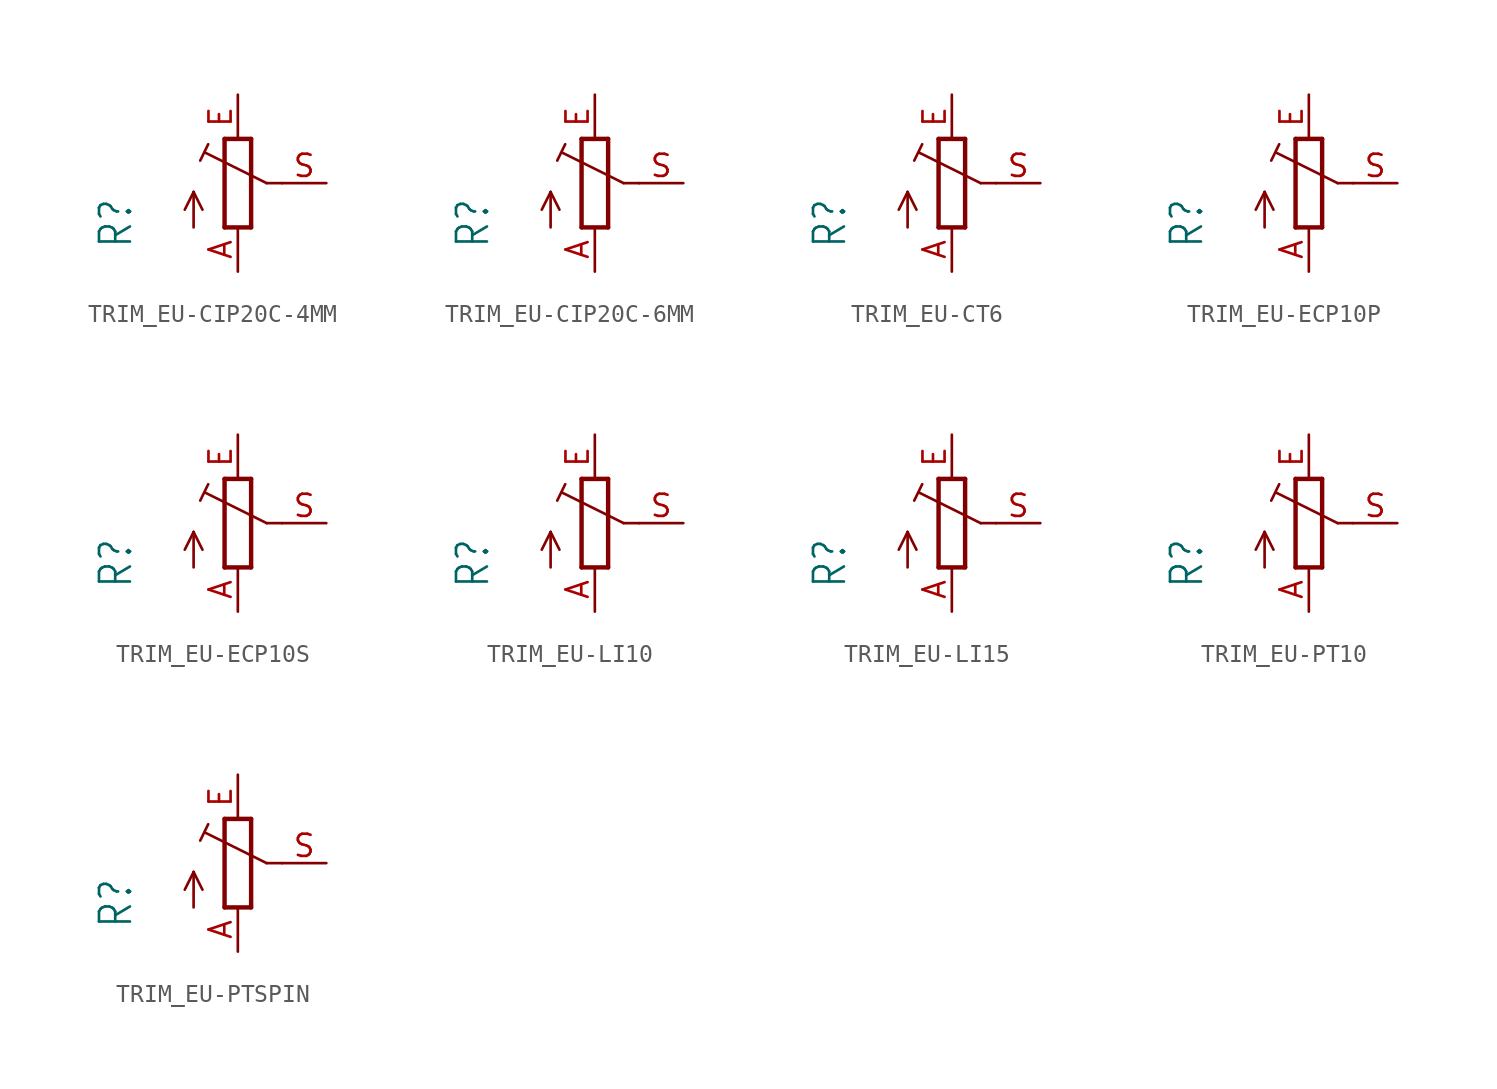
<source format=kicad_sym>
(kicad_symbol_lib
  (version 20231120)
  (generator "kicad_symbol_editor")
  (generator_version "8.0")
  (symbol "TRIM_EU-CIP20C-4MM"
    (property "Reference" "R"
      (at -5.969 -3.81 90)
      (effects (font (size 1.778 1.511)) (justify left bottom)))
    (property "Value" ""
      (at -3.81 -3.81 90)
      (effects (font (size 1.778 1.511)) (justify left bottom)))
    (property "ki_locked" ""
      (at 0 0 0)
      (effects (font (size 1.27 1.27))))
    (symbol "TRIM_EU-CIP20C-4MM_1_0"
      (polyline (pts (xy -2.54 -2.54) (xy -2.54 -0.508)) (stroke (width 0.152) (type solid)) (fill (type none)))
      (polyline (pts (xy -2.54 -0.508) (xy -3.048 -1.524)) (stroke (width 0.152) (type solid)) (fill (type none)))
      (polyline (pts (xy -2.54 -0.508) (xy -2.032 -1.524)) (stroke (width 0.152) (type solid)) (fill (type none)))
      (polyline (pts (xy -2.16 1.294) (xy -1.702 2.235)) (stroke (width 0.152) (type solid)) (fill (type none)))
      (polyline (pts (xy -0.762 -2.54) (xy 0.762 -2.54)) (stroke (width 0.254) (type solid)) (fill (type none)))
      (polyline (pts (xy -0.762 2.54) (xy -0.762 -2.54)) (stroke (width 0.254) (type solid)) (fill (type none)))
      (polyline (pts (xy 0.762 -2.54) (xy 0.762 2.54)) (stroke (width 0.254) (type solid)) (fill (type none)))
      (polyline (pts (xy 0.762 2.54) (xy -0.762 2.54)) (stroke (width 0.254) (type solid)) (fill (type none)))
      (polyline (pts (xy 1.651 0) (xy -1.88 1.753)) (stroke (width 0.152) (type solid)) (fill (type none)))
      (polyline (pts (xy 2.54 0) (xy 1.651 0)) (stroke (width 0.152) (type solid)) (fill (type none)))
      (pin passive line (at 0 -5.08 90) (length 2.54) (name "A" (effects (font (size 0 0)))) (number "A" (effects (font (size 1.27 1.27)))))
      (pin passive line (at 0 5.08 270) (length 2.54) (name "E" (effects (font (size 0 0)))) (number "E" (effects (font (size 1.27 1.27)))))
      (pin passive line (at 5.08 0 180) (length 2.54) (name "S" (effects (font (size 0 0)))) (number "S" (effects (font (size 1.27 1.27)))))))
  (symbol "TRIM_EU-CIP20C-6MM"
    (property "Reference" "R"
      (at -5.969 -3.81 90)
      (effects (font (size 1.778 1.511)) (justify left bottom)))
    (property "Value" ""
      (at -3.81 -3.81 90)
      (effects (font (size 1.778 1.511)) (justify left bottom)))
    (property "ki_locked" ""
      (at 0 0 0)
      (effects (font (size 1.27 1.27))))
    (symbol "TRIM_EU-CIP20C-6MM_1_0"
      (polyline (pts (xy -2.54 -2.54) (xy -2.54 -0.508)) (stroke (width 0.152) (type solid)) (fill (type none)))
      (polyline (pts (xy -2.54 -0.508) (xy -3.048 -1.524)) (stroke (width 0.152) (type solid)) (fill (type none)))
      (polyline (pts (xy -2.54 -0.508) (xy -2.032 -1.524)) (stroke (width 0.152) (type solid)) (fill (type none)))
      (polyline (pts (xy -2.16 1.294) (xy -1.702 2.235)) (stroke (width 0.152) (type solid)) (fill (type none)))
      (polyline (pts (xy -0.762 -2.54) (xy 0.762 -2.54)) (stroke (width 0.254) (type solid)) (fill (type none)))
      (polyline (pts (xy -0.762 2.54) (xy -0.762 -2.54)) (stroke (width 0.254) (type solid)) (fill (type none)))
      (polyline (pts (xy 0.762 -2.54) (xy 0.762 2.54)) (stroke (width 0.254) (type solid)) (fill (type none)))
      (polyline (pts (xy 0.762 2.54) (xy -0.762 2.54)) (stroke (width 0.254) (type solid)) (fill (type none)))
      (polyline (pts (xy 1.651 0) (xy -1.88 1.753)) (stroke (width 0.152) (type solid)) (fill (type none)))
      (polyline (pts (xy 2.54 0) (xy 1.651 0)) (stroke (width 0.152) (type solid)) (fill (type none)))
      (pin passive line (at 0 -5.08 90) (length 2.54) (name "A" (effects (font (size 0 0)))) (number "A" (effects (font (size 1.27 1.27)))))
      (pin passive line (at 0 5.08 270) (length 2.54) (name "E" (effects (font (size 0 0)))) (number "E" (effects (font (size 1.27 1.27)))))
      (pin passive line (at 5.08 0 180) (length 2.54) (name "S" (effects (font (size 0 0)))) (number "S" (effects (font (size 1.27 1.27)))))))
  (symbol "TRIM_EU-CT6"
    (property "Reference" "R"
      (at -5.969 -3.81 90)
      (effects (font (size 1.778 1.511)) (justify left bottom)))
    (property "Value" ""
      (at -3.81 -3.81 90)
      (effects (font (size 1.778 1.511)) (justify left bottom)))
    (property "ki_locked" ""
      (at 0 0 0)
      (effects (font (size 1.27 1.27))))
    (symbol "TRIM_EU-CT6_1_0"
      (polyline (pts (xy -2.54 -2.54) (xy -2.54 -0.508)) (stroke (width 0.152) (type solid)) (fill (type none)))
      (polyline (pts (xy -2.54 -0.508) (xy -3.048 -1.524)) (stroke (width 0.152) (type solid)) (fill (type none)))
      (polyline (pts (xy -2.54 -0.508) (xy -2.032 -1.524)) (stroke (width 0.152) (type solid)) (fill (type none)))
      (polyline (pts (xy -2.16 1.294) (xy -1.702 2.235)) (stroke (width 0.152) (type solid)) (fill (type none)))
      (polyline (pts (xy -0.762 -2.54) (xy 0.762 -2.54)) (stroke (width 0.254) (type solid)) (fill (type none)))
      (polyline (pts (xy -0.762 2.54) (xy -0.762 -2.54)) (stroke (width 0.254) (type solid)) (fill (type none)))
      (polyline (pts (xy 0.762 -2.54) (xy 0.762 2.54)) (stroke (width 0.254) (type solid)) (fill (type none)))
      (polyline (pts (xy 0.762 2.54) (xy -0.762 2.54)) (stroke (width 0.254) (type solid)) (fill (type none)))
      (polyline (pts (xy 1.651 0) (xy -1.88 1.753)) (stroke (width 0.152) (type solid)) (fill (type none)))
      (polyline (pts (xy 2.54 0) (xy 1.651 0)) (stroke (width 0.152) (type solid)) (fill (type none)))
      (pin passive line (at 0 -5.08 90) (length 2.54) (name "A" (effects (font (size 0 0)))) (number "A" (effects (font (size 1.27 1.27)))))
      (pin passive line (at 0 5.08 270) (length 2.54) (name "E" (effects (font (size 0 0)))) (number "E" (effects (font (size 1.27 1.27)))))
      (pin passive line (at 5.08 0 180) (length 2.54) (name "S" (effects (font (size 0 0)))) (number "S" (effects (font (size 1.27 1.27)))))))
  (symbol "TRIM_EU-ECP10P"
    (property "Reference" "R"
      (at -5.969 -3.81 90)
      (effects (font (size 1.778 1.511)) (justify left bottom)))
    (property "Value" ""
      (at -3.81 -3.81 90)
      (effects (font (size 1.778 1.511)) (justify left bottom)))
    (property "ki_locked" ""
      (at 0 0 0)
      (effects (font (size 1.27 1.27))))
    (symbol "TRIM_EU-ECP10P_1_0"
      (polyline (pts (xy -2.54 -2.54) (xy -2.54 -0.508)) (stroke (width 0.152) (type solid)) (fill (type none)))
      (polyline (pts (xy -2.54 -0.508) (xy -3.048 -1.524)) (stroke (width 0.152) (type solid)) (fill (type none)))
      (polyline (pts (xy -2.54 -0.508) (xy -2.032 -1.524)) (stroke (width 0.152) (type solid)) (fill (type none)))
      (polyline (pts (xy -2.16 1.294) (xy -1.702 2.235)) (stroke (width 0.152) (type solid)) (fill (type none)))
      (polyline (pts (xy -0.762 -2.54) (xy 0.762 -2.54)) (stroke (width 0.254) (type solid)) (fill (type none)))
      (polyline (pts (xy -0.762 2.54) (xy -0.762 -2.54)) (stroke (width 0.254) (type solid)) (fill (type none)))
      (polyline (pts (xy 0.762 -2.54) (xy 0.762 2.54)) (stroke (width 0.254) (type solid)) (fill (type none)))
      (polyline (pts (xy 0.762 2.54) (xy -0.762 2.54)) (stroke (width 0.254) (type solid)) (fill (type none)))
      (polyline (pts (xy 1.651 0) (xy -1.88 1.753)) (stroke (width 0.152) (type solid)) (fill (type none)))
      (polyline (pts (xy 2.54 0) (xy 1.651 0)) (stroke (width 0.152) (type solid)) (fill (type none)))
      (pin passive line (at 0 -5.08 90) (length 2.54) (name "A" (effects (font (size 0 0)))) (number "A" (effects (font (size 1.27 1.27)))))
      (pin passive line (at 0 5.08 270) (length 2.54) (name "E" (effects (font (size 0 0)))) (number "E" (effects (font (size 1.27 1.27)))))
      (pin passive line (at 5.08 0 180) (length 2.54) (name "S" (effects (font (size 0 0)))) (number "S" (effects (font (size 1.27 1.27)))))))
  (symbol "TRIM_EU-ECP10S"
    (property "Reference" "R"
      (at -5.969 -3.81 90)
      (effects (font (size 1.778 1.511)) (justify left bottom)))
    (property "Value" ""
      (at -3.81 -3.81 90)
      (effects (font (size 1.778 1.511)) (justify left bottom)))
    (property "ki_locked" ""
      (at 0 0 0)
      (effects (font (size 1.27 1.27))))
    (symbol "TRIM_EU-ECP10S_1_0"
      (polyline (pts (xy -2.54 -2.54) (xy -2.54 -0.508)) (stroke (width 0.152) (type solid)) (fill (type none)))
      (polyline (pts (xy -2.54 -0.508) (xy -3.048 -1.524)) (stroke (width 0.152) (type solid)) (fill (type none)))
      (polyline (pts (xy -2.54 -0.508) (xy -2.032 -1.524)) (stroke (width 0.152) (type solid)) (fill (type none)))
      (polyline (pts (xy -2.16 1.294) (xy -1.702 2.235)) (stroke (width 0.152) (type solid)) (fill (type none)))
      (polyline (pts (xy -0.762 -2.54) (xy 0.762 -2.54)) (stroke (width 0.254) (type solid)) (fill (type none)))
      (polyline (pts (xy -0.762 2.54) (xy -0.762 -2.54)) (stroke (width 0.254) (type solid)) (fill (type none)))
      (polyline (pts (xy 0.762 -2.54) (xy 0.762 2.54)) (stroke (width 0.254) (type solid)) (fill (type none)))
      (polyline (pts (xy 0.762 2.54) (xy -0.762 2.54)) (stroke (width 0.254) (type solid)) (fill (type none)))
      (polyline (pts (xy 1.651 0) (xy -1.88 1.753)) (stroke (width 0.152) (type solid)) (fill (type none)))
      (polyline (pts (xy 2.54 0) (xy 1.651 0)) (stroke (width 0.152) (type solid)) (fill (type none)))
      (pin passive line (at 0 -5.08 90) (length 2.54) (name "A" (effects (font (size 0 0)))) (number "A" (effects (font (size 1.27 1.27)))))
      (pin passive line (at 0 5.08 270) (length 2.54) (name "E" (effects (font (size 0 0)))) (number "E" (effects (font (size 1.27 1.27)))))
      (pin passive line (at 5.08 0 180) (length 2.54) (name "S" (effects (font (size 0 0)))) (number "S" (effects (font (size 1.27 1.27)))))))
  (symbol "TRIM_EU-LI10"
    (property "Reference" "R"
      (at -5.969 -3.81 90)
      (effects (font (size 1.778 1.511)) (justify left bottom)))
    (property "Value" ""
      (at -3.81 -3.81 90)
      (effects (font (size 1.778 1.511)) (justify left bottom)))
    (property "ki_locked" ""
      (at 0 0 0)
      (effects (font (size 1.27 1.27))))
    (symbol "TRIM_EU-LI10_1_0"
      (polyline (pts (xy -2.54 -2.54) (xy -2.54 -0.508)) (stroke (width 0.152) (type solid)) (fill (type none)))
      (polyline (pts (xy -2.54 -0.508) (xy -3.048 -1.524)) (stroke (width 0.152) (type solid)) (fill (type none)))
      (polyline (pts (xy -2.54 -0.508) (xy -2.032 -1.524)) (stroke (width 0.152) (type solid)) (fill (type none)))
      (polyline (pts (xy -2.16 1.294) (xy -1.702 2.235)) (stroke (width 0.152) (type solid)) (fill (type none)))
      (polyline (pts (xy -0.762 -2.54) (xy 0.762 -2.54)) (stroke (width 0.254) (type solid)) (fill (type none)))
      (polyline (pts (xy -0.762 2.54) (xy -0.762 -2.54)) (stroke (width 0.254) (type solid)) (fill (type none)))
      (polyline (pts (xy 0.762 -2.54) (xy 0.762 2.54)) (stroke (width 0.254) (type solid)) (fill (type none)))
      (polyline (pts (xy 0.762 2.54) (xy -0.762 2.54)) (stroke (width 0.254) (type solid)) (fill (type none)))
      (polyline (pts (xy 1.651 0) (xy -1.88 1.753)) (stroke (width 0.152) (type solid)) (fill (type none)))
      (polyline (pts (xy 2.54 0) (xy 1.651 0)) (stroke (width 0.152) (type solid)) (fill (type none)))
      (pin passive line (at 0 -5.08 90) (length 2.54) (name "A" (effects (font (size 0 0)))) (number "A" (effects (font (size 1.27 1.27)))))
      (pin passive line (at 0 5.08 270) (length 2.54) (name "E" (effects (font (size 0 0)))) (number "E" (effects (font (size 1.27 1.27)))))
      (pin passive line (at 5.08 0 180) (length 2.54) (name "S" (effects (font (size 0 0)))) (number "S" (effects (font (size 1.27 1.27)))))))
  (symbol "TRIM_EU-LI15"
    (property "Reference" "R"
      (at -5.969 -3.81 90)
      (effects (font (size 1.778 1.511)) (justify left bottom)))
    (property "Value" ""
      (at -3.81 -3.81 90)
      (effects (font (size 1.778 1.511)) (justify left bottom)))
    (property "ki_locked" ""
      (at 0 0 0)
      (effects (font (size 1.27 1.27))))
    (symbol "TRIM_EU-LI15_1_0"
      (polyline (pts (xy -2.54 -2.54) (xy -2.54 -0.508)) (stroke (width 0.152) (type solid)) (fill (type none)))
      (polyline (pts (xy -2.54 -0.508) (xy -3.048 -1.524)) (stroke (width 0.152) (type solid)) (fill (type none)))
      (polyline (pts (xy -2.54 -0.508) (xy -2.032 -1.524)) (stroke (width 0.152) (type solid)) (fill (type none)))
      (polyline (pts (xy -2.16 1.294) (xy -1.702 2.235)) (stroke (width 0.152) (type solid)) (fill (type none)))
      (polyline (pts (xy -0.762 -2.54) (xy 0.762 -2.54)) (stroke (width 0.254) (type solid)) (fill (type none)))
      (polyline (pts (xy -0.762 2.54) (xy -0.762 -2.54)) (stroke (width 0.254) (type solid)) (fill (type none)))
      (polyline (pts (xy 0.762 -2.54) (xy 0.762 2.54)) (stroke (width 0.254) (type solid)) (fill (type none)))
      (polyline (pts (xy 0.762 2.54) (xy -0.762 2.54)) (stroke (width 0.254) (type solid)) (fill (type none)))
      (polyline (pts (xy 1.651 0) (xy -1.88 1.753)) (stroke (width 0.152) (type solid)) (fill (type none)))
      (polyline (pts (xy 2.54 0) (xy 1.651 0)) (stroke (width 0.152) (type solid)) (fill (type none)))
      (pin passive line (at 0 -5.08 90) (length 2.54) (name "A" (effects (font (size 0 0)))) (number "A" (effects (font (size 1.27 1.27)))))
      (pin passive line (at 0 5.08 270) (length 2.54) (name "E" (effects (font (size 0 0)))) (number "E" (effects (font (size 1.27 1.27)))))
      (pin passive line (at 5.08 0 180) (length 2.54) (name "S" (effects (font (size 0 0)))) (number "S" (effects (font (size 1.27 1.27)))))))
  (symbol "TRIM_EU-PT10"
    (property "Reference" "R"
      (at -5.969 -3.81 90)
      (effects (font (size 1.778 1.511)) (justify left bottom)))
    (property "Value" ""
      (at -3.81 -3.81 90)
      (effects (font (size 1.778 1.511)) (justify left bottom)))
    (property "ki_locked" ""
      (at 0 0 0)
      (effects (font (size 1.27 1.27))))
    (symbol "TRIM_EU-PT10_1_0"
      (polyline (pts (xy -2.54 -2.54) (xy -2.54 -0.508)) (stroke (width 0.152) (type solid)) (fill (type none)))
      (polyline (pts (xy -2.54 -0.508) (xy -3.048 -1.524)) (stroke (width 0.152) (type solid)) (fill (type none)))
      (polyline (pts (xy -2.54 -0.508) (xy -2.032 -1.524)) (stroke (width 0.152) (type solid)) (fill (type none)))
      (polyline (pts (xy -2.16 1.294) (xy -1.702 2.235)) (stroke (width 0.152) (type solid)) (fill (type none)))
      (polyline (pts (xy -0.762 -2.54) (xy 0.762 -2.54)) (stroke (width 0.254) (type solid)) (fill (type none)))
      (polyline (pts (xy -0.762 2.54) (xy -0.762 -2.54)) (stroke (width 0.254) (type solid)) (fill (type none)))
      (polyline (pts (xy 0.762 -2.54) (xy 0.762 2.54)) (stroke (width 0.254) (type solid)) (fill (type none)))
      (polyline (pts (xy 0.762 2.54) (xy -0.762 2.54)) (stroke (width 0.254) (type solid)) (fill (type none)))
      (polyline (pts (xy 1.651 0) (xy -1.88 1.753)) (stroke (width 0.152) (type solid)) (fill (type none)))
      (polyline (pts (xy 2.54 0) (xy 1.651 0)) (stroke (width 0.152) (type solid)) (fill (type none)))
      (pin passive line (at 0 -5.08 90) (length 2.54) (name "A" (effects (font (size 0 0)))) (number "A" (effects (font (size 1.27 1.27)))))
      (pin passive line (at 0 5.08 270) (length 2.54) (name "E" (effects (font (size 0 0)))) (number "E" (effects (font (size 1.27 1.27)))))
      (pin passive line (at 5.08 0 180) (length 2.54) (name "S" (effects (font (size 0 0)))) (number "S" (effects (font (size 1.27 1.27)))))))
  (symbol "TRIM_EU-PTSPIN"
    (property "Reference" "R"
      (at -5.969 -3.81 90)
      (effects (font (size 1.778 1.511)) (justify left bottom)))
    (property "Value" ""
      (at -3.81 -3.81 90)
      (effects (font (size 1.778 1.511)) (justify left bottom)))
    (property "ki_locked" ""
      (at 0 0 0)
      (effects (font (size 1.27 1.27))))
    (symbol "TRIM_EU-PTSPIN_1_0"
      (polyline (pts (xy -2.54 -2.54) (xy -2.54 -0.508)) (stroke (width 0.152) (type solid)) (fill (type none)))
      (polyline (pts (xy -2.54 -0.508) (xy -3.048 -1.524)) (stroke (width 0.152) (type solid)) (fill (type none)))
      (polyline (pts (xy -2.54 -0.508) (xy -2.032 -1.524)) (stroke (width 0.152) (type solid)) (fill (type none)))
      (polyline (pts (xy -2.16 1.294) (xy -1.702 2.235)) (stroke (width 0.152) (type solid)) (fill (type none)))
      (polyline (pts (xy -0.762 -2.54) (xy 0.762 -2.54)) (stroke (width 0.254) (type solid)) (fill (type none)))
      (polyline (pts (xy -0.762 2.54) (xy -0.762 -2.54)) (stroke (width 0.254) (type solid)) (fill (type none)))
      (polyline (pts (xy 0.762 -2.54) (xy 0.762 2.54)) (stroke (width 0.254) (type solid)) (fill (type none)))
      (polyline (pts (xy 0.762 2.54) (xy -0.762 2.54)) (stroke (width 0.254) (type solid)) (fill (type none)))
      (polyline (pts (xy 1.651 0) (xy -1.88 1.753)) (stroke (width 0.152) (type solid)) (fill (type none)))
      (polyline (pts (xy 2.54 0) (xy 1.651 0)) (stroke (width 0.152) (type solid)) (fill (type none)))
      (pin passive line (at 0 -5.08 90) (length 2.54) (name "A" (effects (font (size 0 0)))) (number "A" (effects (font (size 1.27 1.27)))))
      (pin passive line (at 0 5.08 270) (length 2.54) (name "E" (effects (font (size 0 0)))) (number "E" (effects (font (size 1.27 1.27)))))
      (pin passive line (at 5.08 0 180) (length 2.54) (name "S" (effects (font (size 0 0)))) (number "S" (effects (font (size 1.27 1.27))))))))
</source>
